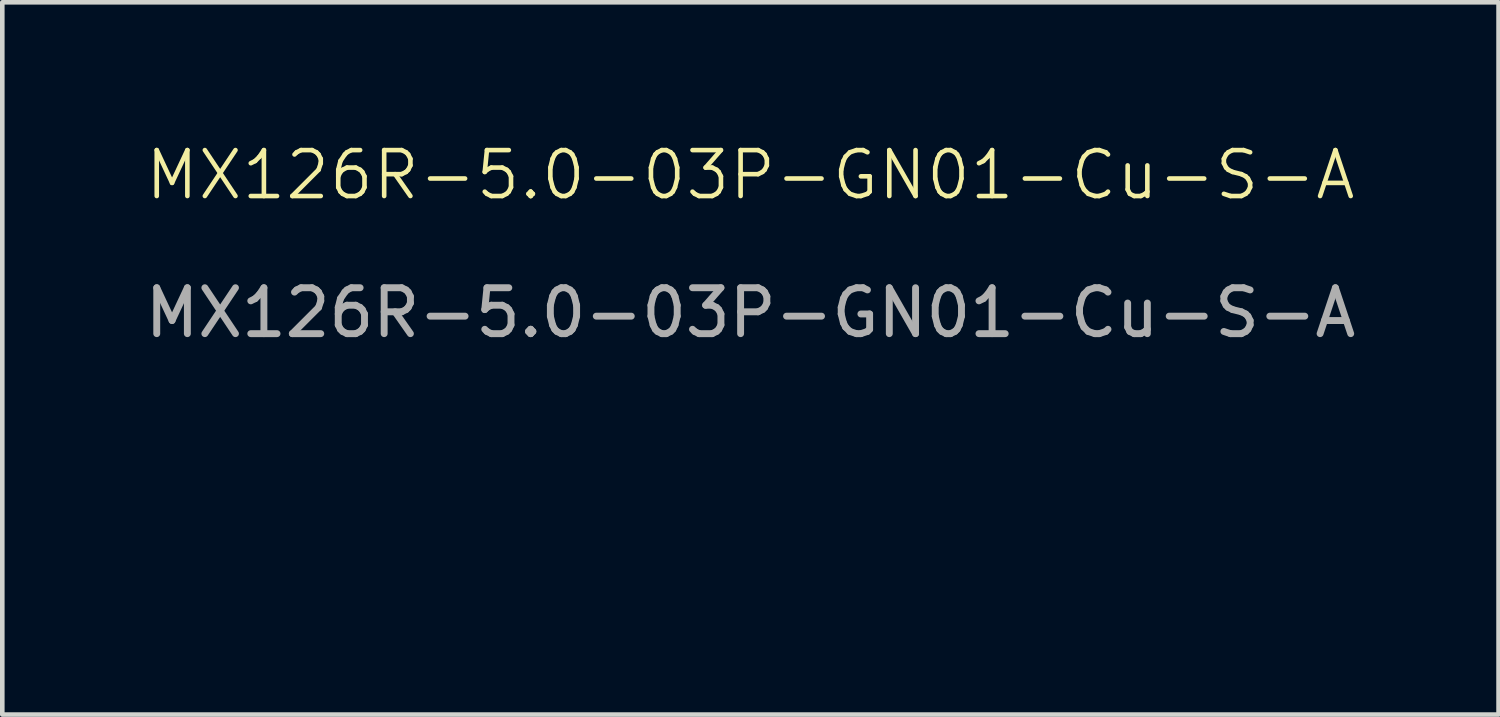
<source format=kicad_pcb>
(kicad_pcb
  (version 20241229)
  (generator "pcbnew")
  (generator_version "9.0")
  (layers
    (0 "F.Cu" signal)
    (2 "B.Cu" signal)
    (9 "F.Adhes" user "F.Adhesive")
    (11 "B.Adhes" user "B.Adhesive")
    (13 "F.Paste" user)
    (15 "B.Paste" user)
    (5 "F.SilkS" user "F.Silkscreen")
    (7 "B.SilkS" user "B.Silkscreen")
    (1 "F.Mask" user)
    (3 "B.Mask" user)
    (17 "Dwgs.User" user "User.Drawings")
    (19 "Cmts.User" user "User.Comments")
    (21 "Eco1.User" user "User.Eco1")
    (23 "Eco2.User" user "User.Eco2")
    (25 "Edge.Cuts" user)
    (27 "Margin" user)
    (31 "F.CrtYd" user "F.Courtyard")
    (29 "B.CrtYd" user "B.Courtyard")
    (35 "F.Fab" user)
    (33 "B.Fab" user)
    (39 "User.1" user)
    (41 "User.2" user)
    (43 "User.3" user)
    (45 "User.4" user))
  (footprint "MX126R-5.0-03P-GN01-Cu-S-A"
    (layer "F.Cu")
    (at 13.292 9.261)
    (property "Reference" "MX126R-5.0-03P-GN01-Cu-S-A" (at 0 -8.5 0) (unlocked yes) (layer "F.SilkS") (effects (font (size 1 1) (thickness 0.1))))
    (attr smd)
    (fp_text user "${REFERENCE}" (at 0 -5.5 0) (unlocked yes) (layer "F.Fab") (effects (font (size 1 1) (thickness 0.15)))))
  (gr_rect
    (start -3 -3)
    (end 29.583 12.511)
    (stroke (width 0.1) (type default))
    (fill no)
    (layer "Edge.Cuts")))
</source>
